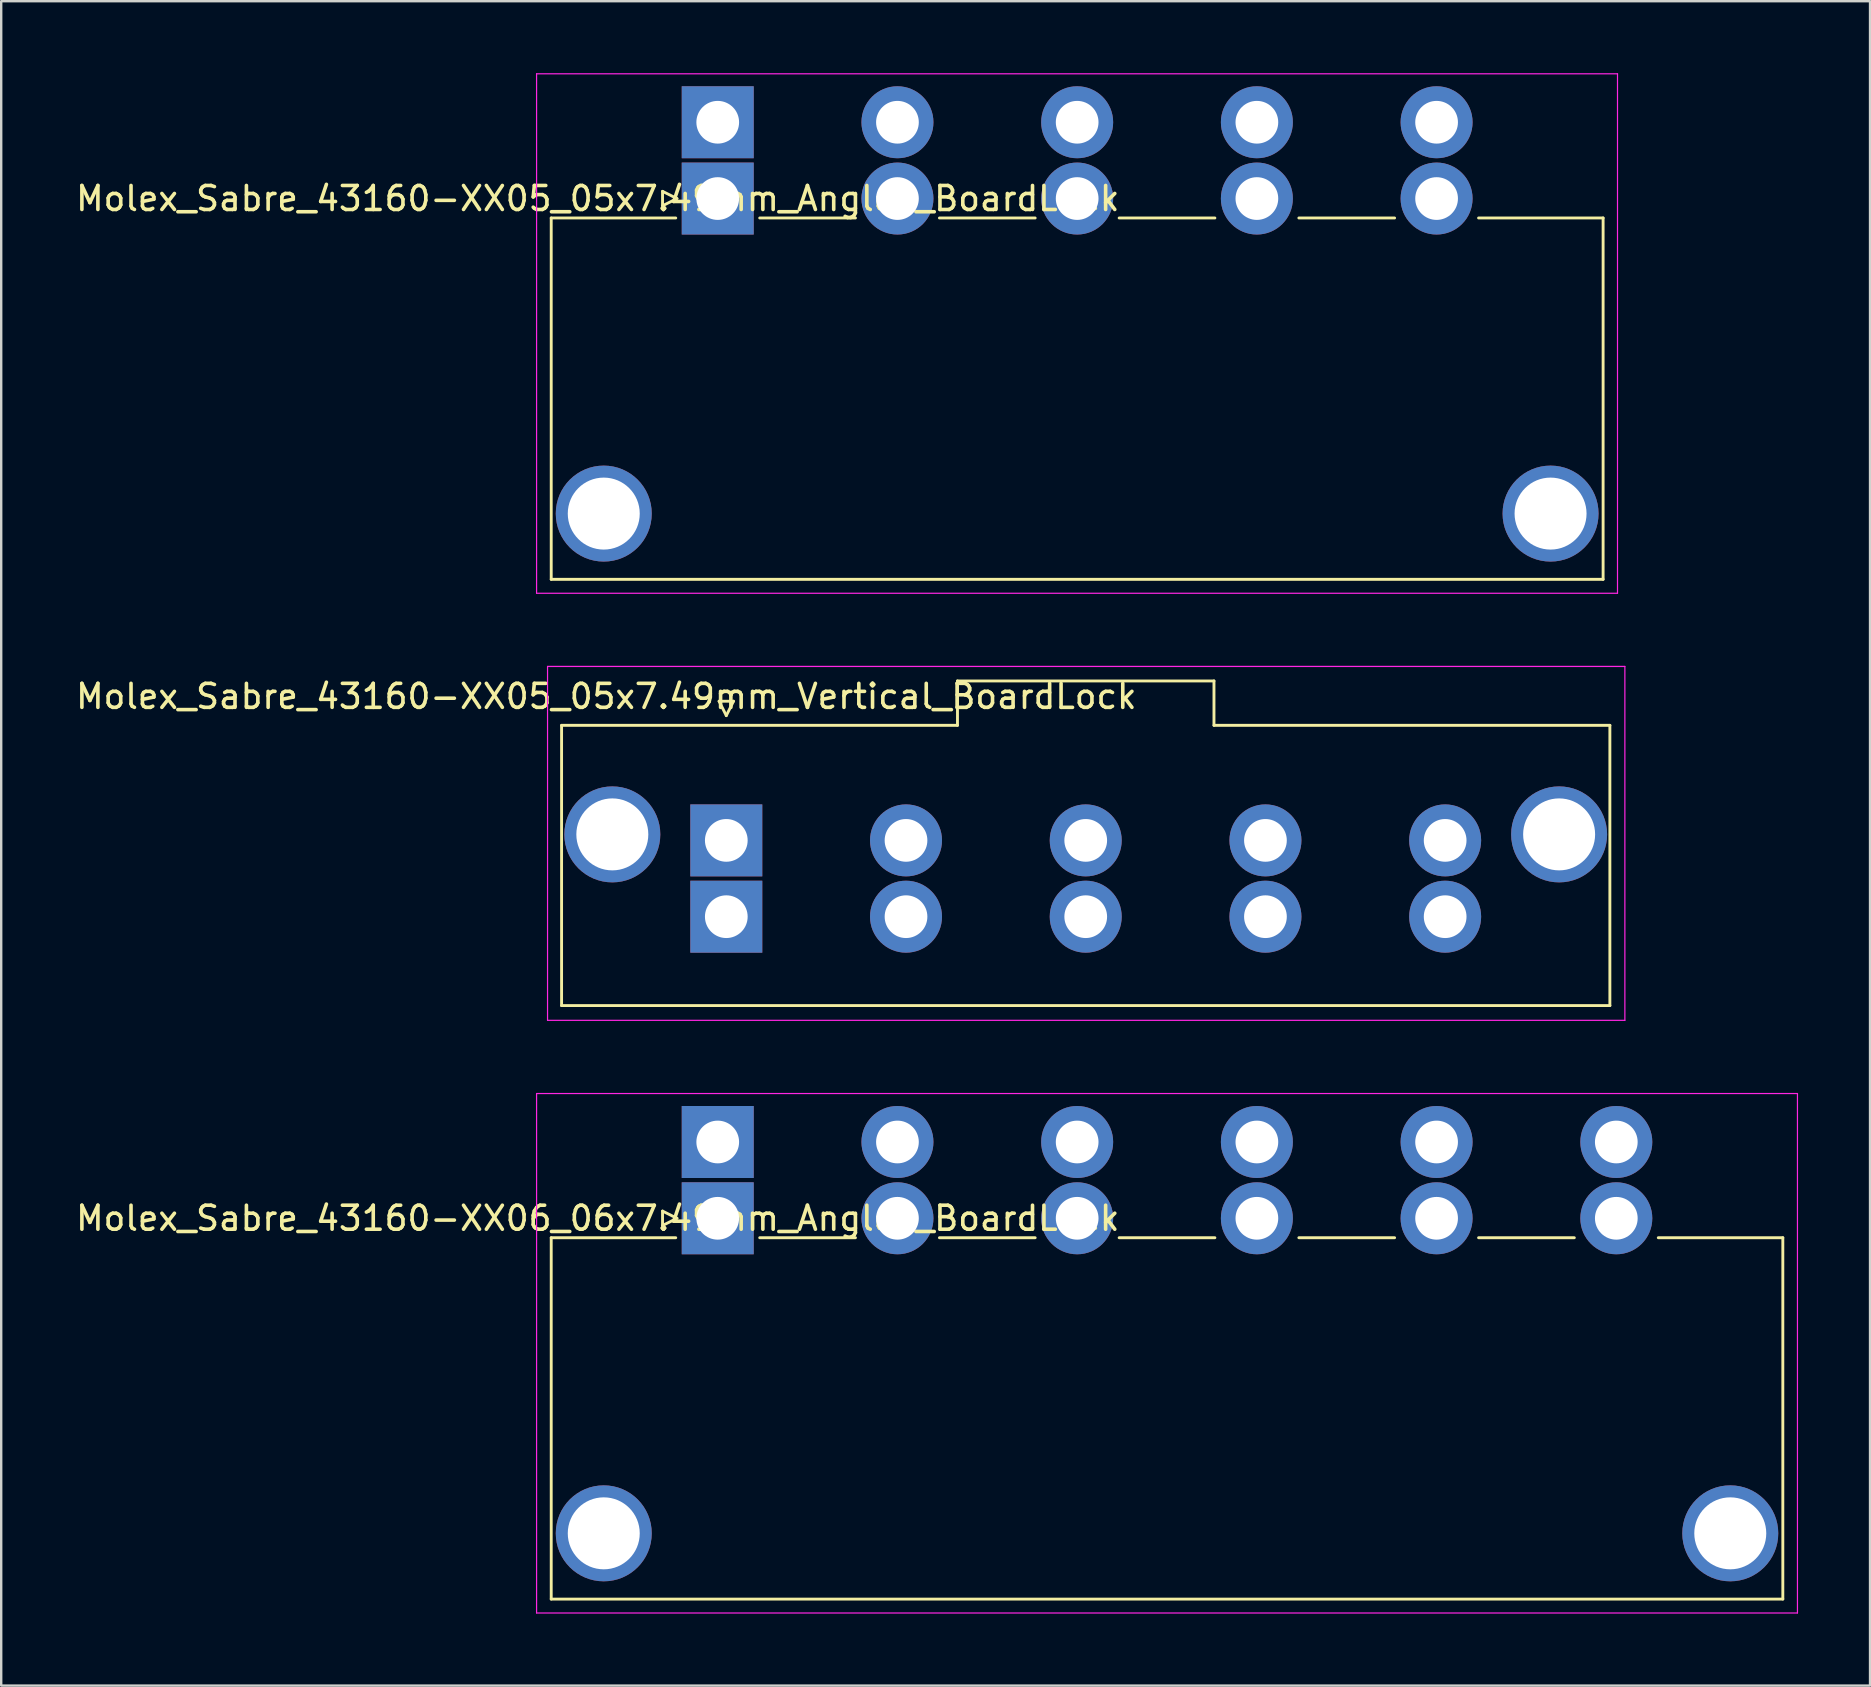
<source format=kicad_pcb>
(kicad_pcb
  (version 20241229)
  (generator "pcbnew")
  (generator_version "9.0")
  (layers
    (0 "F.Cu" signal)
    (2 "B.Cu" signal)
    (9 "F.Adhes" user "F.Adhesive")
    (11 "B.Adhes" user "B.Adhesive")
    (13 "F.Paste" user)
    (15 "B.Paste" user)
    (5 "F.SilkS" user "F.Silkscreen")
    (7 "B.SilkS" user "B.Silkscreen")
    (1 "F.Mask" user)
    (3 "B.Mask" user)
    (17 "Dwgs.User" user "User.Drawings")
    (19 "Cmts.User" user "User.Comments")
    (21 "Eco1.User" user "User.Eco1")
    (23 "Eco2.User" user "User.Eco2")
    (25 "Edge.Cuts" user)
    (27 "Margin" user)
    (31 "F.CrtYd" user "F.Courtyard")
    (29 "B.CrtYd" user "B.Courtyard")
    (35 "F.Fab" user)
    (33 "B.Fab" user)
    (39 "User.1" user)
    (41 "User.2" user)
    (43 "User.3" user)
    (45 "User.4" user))
  (footprint "Molex_Sabre_43160-XX06_06x7.49mm_Angled_BoardLock"
    (layer "F.Cu")
    (at 26.863 47.725)
    (property "Reference" "Molex_Sabre_43160-XX06_06x7.49mm_Angled_BoardLock" (at -5 0 0) (layer "F.SilkS") (effects (font (size 1 1) (thickness 0.15))))
    (attr through_hole)
    (fp_line (start -6.94 0.81) (end -6.94 15.87) (stroke (width 0.12) (type solid)) (layer "F.SilkS"))
    (fp_line (start -6.94 0.81) (end -1.75 0.81) (stroke (width 0.12) (type solid)) (layer "F.SilkS"))
    (fp_line (start -6.94 15.87) (end 44.39 15.87) (stroke (width 0.12) (type solid)) (layer "F.SilkS"))
    (fp_line (start -2.3 -0.3) (end -1.7 0) (stroke (width 0.12) (type solid)) (layer "F.SilkS"))
    (fp_line (start -2.3 0.3) (end -2.3 -0.3) (stroke (width 0.12) (type solid)) (layer "F.SilkS"))
    (fp_line (start -1.7 0) (end -2.3 0.3) (stroke (width 0.12) (type solid)) (layer "F.SilkS"))
    (fp_line (start 1.75 0.81) (end 5.74 0.81) (stroke (width 0.12) (type solid)) (layer "F.SilkS"))
    (fp_line (start 9.24 0.81) (end 13.23 0.81) (stroke (width 0.12) (type solid)) (layer "F.SilkS"))
    (fp_line (start 16.73 0.81) (end 20.72 0.81) (stroke (width 0.12) (type solid)) (layer "F.SilkS"))
    (fp_line (start 24.22 0.81) (end 28.21 0.81) (stroke (width 0.12) (type solid)) (layer "F.SilkS"))
    (fp_line (start 31.71 0.81) (end 35.7 0.81) (stroke (width 0.12) (type solid)) (layer "F.SilkS"))
    (fp_line (start 39.2 0.81) (end 44.39 0.81) (stroke (width 0.12) (type solid)) (layer "F.SilkS"))
    (fp_line (start 44.39 15.87) (end 44.39 0.81) (stroke (width 0.12) (type solid)) (layer "F.SilkS"))
    (fp_line (start -7.55 -5.2) (end -7.55 16.45) (stroke (width 0.05) (type solid)) (layer "F.CrtYd"))
    (fp_line (start -7.55 16.45) (end 45 16.45) (stroke (width 0.05) (type solid)) (layer "F.CrtYd"))
    (fp_line (start 45 -5.2) (end -7.55 -5.2) (stroke (width 0.05) (type solid)) (layer "F.CrtYd"))
    (fp_line (start 45 16.45) (end 45 -5.2) (stroke (width 0.05) (type solid)) (layer "F.CrtYd"))
    (pad "" thru_hole circle (at -4.75 13.13) (size 4 4) (drill 3) (layers "*.Cu" "*.Mask"))
    (pad "" thru_hole circle (at 42.2 13.13) (size 4 4) (drill 3) (layers "*.Cu" "*.Mask"))
    (pad "1" thru_hole rect (at 0 -3.18) (size 3 3) (drill 1.78) (layers "*.Cu" "*.Mask"))
    (pad "1" thru_hole rect (at 0 0) (size 3 3) (drill 1.78) (layers "*.Cu" "*.Mask"))
    (pad "2" thru_hole circle (at 7.49 -3.18) (size 3 3) (drill 1.78) (layers "*.Cu" "*.Mask"))
    (pad "2" thru_hole circle (at 7.49 0) (size 3 3) (drill 1.78) (layers "*.Cu" "*.Mask"))
    (pad "3" thru_hole circle (at 14.98 -3.18) (size 3 3) (drill 1.78) (layers "*.Cu" "*.Mask"))
    (pad "3" thru_hole circle (at 14.98 0) (size 3 3) (drill 1.78) (layers "*.Cu" "*.Mask"))
    (pad "4" thru_hole circle (at 22.47 -3.18) (size 3 3) (drill 1.78) (layers "*.Cu" "*.Mask"))
    (pad "4" thru_hole circle (at 22.47 0) (size 3 3) (drill 1.78) (layers "*.Cu" "*.Mask"))
    (pad "5" thru_hole circle (at 29.96 -3.18) (size 3 3) (drill 1.78) (layers "*.Cu" "*.Mask"))
    (pad "5" thru_hole circle (at 29.96 0) (size 3 3) (drill 1.78) (layers "*.Cu" "*.Mask"))
    (pad "6" thru_hole circle (at 37.45 -3.18) (size 3 3) (drill 1.78) (layers "*.Cu" "*.Mask"))
    (pad "6" thru_hole circle (at 37.45 0) (size 3 3) (drill 1.78) (layers "*.Cu" "*.Mask")))
  (footprint "Molex_Sabre_43160-XX05_05x7.49mm_Vertical_BoardLock"
    (layer "F.Cu")
    (at 27.22 31.975)
    (property "Reference" "Molex_Sabre_43160-XX05_05x7.49mm_Vertical_BoardLock" (at -5 -6 0) (layer "F.SilkS") (effects (font (size 1 1) (thickness 0.15))))
    (attr through_hole)
    (fp_line (start -6.865 -4.795) (end 9.635 -4.795) (stroke (width 0.12) (type solid)) (layer "F.SilkS"))
    (fp_line (start -6.865 6.885) (end -6.865 -4.795) (stroke (width 0.12) (type solid)) (layer "F.SilkS"))
    (fp_line (start -0.3 -5.8) (end 0 -5.2) (stroke (width 0.12) (type solid)) (layer "F.SilkS"))
    (fp_line (start 0 -5.2) (end 0.3 -5.8) (stroke (width 0.12) (type solid)) (layer "F.SilkS"))
    (fp_line (start 0.3 -5.8) (end -0.3 -5.8) (stroke (width 0.12) (type solid)) (layer "F.SilkS"))
    (fp_line (start 9.635 -6.645) (end 20.325 -6.645) (stroke (width 0.12) (type solid)) (layer "F.SilkS"))
    (fp_line (start 9.635 -4.795) (end 9.635 -6.645) (stroke (width 0.12) (type solid)) (layer "F.SilkS"))
    (fp_line (start 20.325 -6.645) (end 20.325 -4.795) (stroke (width 0.12) (type solid)) (layer "F.SilkS"))
    (fp_line (start 20.325 -4.795) (end 36.825 -4.795) (stroke (width 0.12) (type solid)) (layer "F.SilkS"))
    (fp_line (start 36.825 -4.795) (end 36.825 6.885) (stroke (width 0.12) (type solid)) (layer "F.SilkS"))
    (fp_line (start 36.825 6.885) (end -6.865 6.885) (stroke (width 0.12) (type solid)) (layer "F.SilkS"))
    (fp_line (start -7.45 -7.25) (end -7.45 7.5) (stroke (width 0.05) (type solid)) (layer "F.CrtYd"))
    (fp_line (start -7.45 7.5) (end 37.45 7.5) (stroke (width 0.05) (type solid)) (layer "F.CrtYd"))
    (fp_line (start 37.45 -7.25) (end -7.45 -7.25) (stroke (width 0.05) (type solid)) (layer "F.CrtYd"))
    (fp_line (start 37.45 7.5) (end 37.45 -7.25) (stroke (width 0.05) (type solid)) (layer "F.CrtYd"))
    (pad "" thru_hole circle (at -4.75 -0.25) (size 4 4) (drill 3) (layers "*.Cu" "*.Mask"))
    (pad "" thru_hole circle (at 34.71 -0.25) (size 4 4) (drill 3) (layers "*.Cu" "*.Mask"))
    (pad "1" thru_hole rect (at 0 0) (size 3 3) (drill 1.78) (layers "*.Cu" "*.Mask"))
    (pad "1" thru_hole rect (at 0 3.18) (size 3 3) (drill 1.78) (layers "*.Cu" "*.Mask"))
    (pad "2" thru_hole circle (at 7.49 0) (size 3 3) (drill 1.78) (layers "*.Cu" "*.Mask"))
    (pad "2" thru_hole circle (at 7.49 3.18) (size 3 3) (drill 1.78) (layers "*.Cu" "*.Mask"))
    (pad "3" thru_hole circle (at 14.98 0) (size 3 3) (drill 1.78) (layers "*.Cu" "*.Mask"))
    (pad "3" thru_hole circle (at 14.98 3.18) (size 3 3) (drill 1.78) (layers "*.Cu" "*.Mask"))
    (pad "4" thru_hole circle (at 22.47 0) (size 3 3) (drill 1.78) (layers "*.Cu" "*.Mask"))
    (pad "4" thru_hole circle (at 22.47 3.18) (size 3 3) (drill 1.78) (layers "*.Cu" "*.Mask"))
    (pad "5" thru_hole circle (at 29.96 0) (size 3 3) (drill 1.78) (layers "*.Cu" "*.Mask"))
    (pad "5" thru_hole circle (at 29.96 3.18) (size 3 3) (drill 1.78) (layers "*.Cu" "*.Mask")))
  (footprint "Molex_Sabre_43160-XX05_05x7.49mm_Angled_BoardLock"
    (layer "F.Cu")
    (at 26.863 5.225)
    (property "Reference" "Molex_Sabre_43160-XX05_05x7.49mm_Angled_BoardLock" (at -5 0 0) (layer "F.SilkS") (effects (font (size 1 1) (thickness 0.15))))
    (attr through_hole)
    (fp_line (start -6.94 0.81) (end -6.94 15.87) (stroke (width 0.12) (type solid)) (layer "F.SilkS"))
    (fp_line (start -6.94 0.81) (end -1.75 0.81) (stroke (width 0.12) (type solid)) (layer "F.SilkS"))
    (fp_line (start -6.94 15.87) (end 36.9 15.87) (stroke (width 0.12) (type solid)) (layer "F.SilkS"))
    (fp_line (start -2.3 -0.3) (end -1.7 0) (stroke (width 0.12) (type solid)) (layer "F.SilkS"))
    (fp_line (start -2.3 0.3) (end -2.3 -0.3) (stroke (width 0.12) (type solid)) (layer "F.SilkS"))
    (fp_line (start -1.7 0) (end -2.3 0.3) (stroke (width 0.12) (type solid)) (layer "F.SilkS"))
    (fp_line (start 1.75 0.81) (end 5.74 0.81) (stroke (width 0.12) (type solid)) (layer "F.SilkS"))
    (fp_line (start 9.24 0.81) (end 13.23 0.81) (stroke (width 0.12) (type solid)) (layer "F.SilkS"))
    (fp_line (start 16.73 0.81) (end 20.72 0.81) (stroke (width 0.12) (type solid)) (layer "F.SilkS"))
    (fp_line (start 24.22 0.81) (end 28.21 0.81) (stroke (width 0.12) (type solid)) (layer "F.SilkS"))
    (fp_line (start 31.71 0.81) (end 36.9 0.81) (stroke (width 0.12) (type solid)) (layer "F.SilkS"))
    (fp_line (start 36.9 15.87) (end 36.9 0.81) (stroke (width 0.12) (type solid)) (layer "F.SilkS"))
    (fp_line (start -7.55 -5.2) (end -7.55 16.45) (stroke (width 0.05) (type solid)) (layer "F.CrtYd"))
    (fp_line (start -7.55 16.45) (end 37.5 16.45) (stroke (width 0.05) (type solid)) (layer "F.CrtYd"))
    (fp_line (start 37.5 -5.2) (end -7.55 -5.2) (stroke (width 0.05) (type solid)) (layer "F.CrtYd"))
    (fp_line (start 37.5 16.45) (end 37.5 -5.2) (stroke (width 0.05) (type solid)) (layer "F.CrtYd"))
    (pad "" thru_hole circle (at -4.75 13.13) (size 4 4) (drill 3) (layers "*.Cu" "*.Mask"))
    (pad "" thru_hole circle (at 34.71 13.13) (size 4 4) (drill 3) (layers "*.Cu" "*.Mask"))
    (pad "1" thru_hole rect (at 0 -3.18) (size 3 3) (drill 1.78) (layers "*.Cu" "*.Mask"))
    (pad "1" thru_hole rect (at 0 0) (size 3 3) (drill 1.78) (layers "*.Cu" "*.Mask"))
    (pad "2" thru_hole circle (at 7.49 -3.18) (size 3 3) (drill 1.78) (layers "*.Cu" "*.Mask"))
    (pad "2" thru_hole circle (at 7.49 0) (size 3 3) (drill 1.78) (layers "*.Cu" "*.Mask"))
    (pad "3" thru_hole circle (at 14.98 -3.18) (size 3 3) (drill 1.78) (layers "*.Cu" "*.Mask"))
    (pad "3" thru_hole circle (at 14.98 0) (size 3 3) (drill 1.78) (layers "*.Cu" "*.Mask"))
    (pad "4" thru_hole circle (at 22.47 -3.18) (size 3 3) (drill 1.78) (layers "*.Cu" "*.Mask"))
    (pad "4" thru_hole circle (at 22.47 0) (size 3 3) (drill 1.78) (layers "*.Cu" "*.Mask"))
    (pad "5" thru_hole circle (at 29.96 -3.18) (size 3 3) (drill 1.78) (layers "*.Cu" "*.Mask"))
    (pad "5" thru_hole circle (at 29.96 0) (size 3 3) (drill 1.78) (layers "*.Cu" "*.Mask")))
  (gr_rect
    (start -3 -3)
    (end 74.888 67.2)
    (stroke (width 0.1) (type default))
    (fill no)
    (layer "Edge.Cuts")))
</source>
